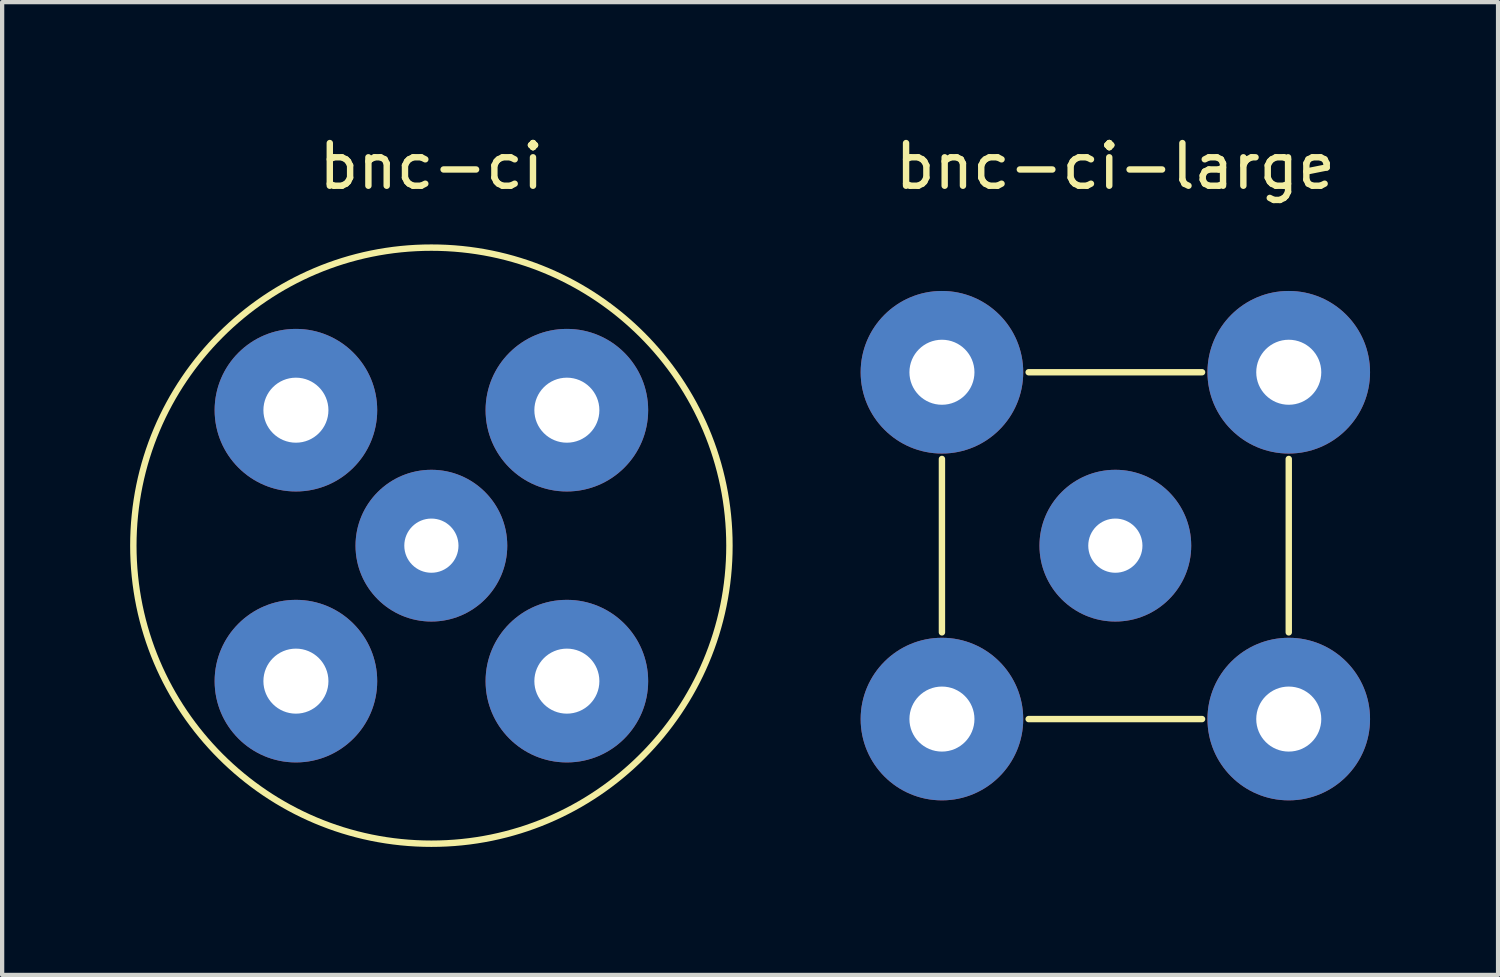
<source format=kicad_pcb>
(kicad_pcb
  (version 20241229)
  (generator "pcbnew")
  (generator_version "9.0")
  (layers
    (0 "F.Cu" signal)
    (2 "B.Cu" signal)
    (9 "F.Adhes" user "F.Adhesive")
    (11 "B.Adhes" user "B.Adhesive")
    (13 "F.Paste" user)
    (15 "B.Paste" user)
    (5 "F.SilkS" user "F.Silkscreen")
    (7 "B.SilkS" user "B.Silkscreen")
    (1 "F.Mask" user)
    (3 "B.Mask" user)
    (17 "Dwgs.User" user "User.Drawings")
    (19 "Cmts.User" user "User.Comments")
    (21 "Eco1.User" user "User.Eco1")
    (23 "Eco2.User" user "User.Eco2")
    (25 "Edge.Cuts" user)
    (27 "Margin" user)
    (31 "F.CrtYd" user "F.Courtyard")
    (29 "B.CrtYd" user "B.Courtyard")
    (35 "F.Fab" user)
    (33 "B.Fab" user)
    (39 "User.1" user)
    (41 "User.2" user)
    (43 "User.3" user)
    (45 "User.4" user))
  (footprint "bnc-ci"
    (layer "F.Cu")
    (at 7.06 9.738)
    (property "Reference" "bnc-ci" (at 0 -8.89 0) (layer "F.SilkS") (effects (font (size 1 1) (thickness 0.15))))
    (attr through_hole)
    (fp_circle (center 0 0) (end -6.985 0) (stroke (width 0.15) (type solid)) (fill no) (layer "F.SilkS"))
    (pad "1" thru_hole circle (at 0 0) (size 3.556 3.556) (drill 1.27) (layers "*.Cu" "*.Mask"))
    (pad "2" thru_hole circle (at -3.175 -3.175) (size 3.81 3.81) (drill 1.524) (layers "*.Cu" "*.Mask"))
    (pad "2" thru_hole circle (at -3.175 3.175) (size 3.81 3.81) (drill 1.524) (layers "*.Cu" "*.Mask"))
    (pad "2" thru_hole circle (at 3.175 -3.175) (size 3.81 3.81) (drill 1.524) (layers "*.Cu" "*.Mask"))
    (pad "2" thru_hole circle (at 3.175 3.175) (size 3.81 3.81) (drill 1.524) (layers "*.Cu" "*.Mask")))
  (footprint "bnc-ci-large"
    (layer "F.Cu")
    (at 23.089 9.738)
    (property "Reference" "bnc-ci-large" (at 0 -8.89 0) (layer "F.SilkS") (effects (font (size 1 1) (thickness 0.15))))
    (attr through_hole)
    (fp_line (start -4.064 -2.032) (end -4.064 2.032) (stroke (width 0.15) (type solid)) (layer "F.SilkS"))
    (fp_line (start -2.032 -4.064) (end 2.032 -4.064) (stroke (width 0.15) (type solid)) (layer "F.SilkS"))
    (fp_line (start -2.032 4.064) (end 2.032 4.064) (stroke (width 0.15) (type solid)) (layer "F.SilkS"))
    (fp_line (start 4.064 2.032) (end 4.064 -2.032) (stroke (width 0.15) (type solid)) (layer "F.SilkS"))
    (pad "1" thru_hole circle (at 0 0) (size 3.556 3.556) (drill 1.27) (layers "*.Cu" "*.Mask"))
    (pad "2" thru_hole circle (at -4.064 -4.064) (size 3.81 3.81) (drill 1.524) (layers "*.Cu" "*.Mask"))
    (pad "2" thru_hole circle (at -4.064 4.064) (size 3.81 3.81) (drill 1.524) (layers "*.Cu" "*.Mask"))
    (pad "2" thru_hole circle (at 4.064 -4.064) (size 3.81 3.81) (drill 1.524) (layers "*.Cu" "*.Mask"))
    (pad "2" thru_hole circle (at 4.064 4.064) (size 3.81 3.81) (drill 1.524) (layers "*.Cu" "*.Mask")))
  (gr_rect
    (start -3 -3)
    (end 32.058 19.798)
    (stroke (width 0.1) (type default))
    (fill no)
    (layer "Edge.Cuts")))
</source>
